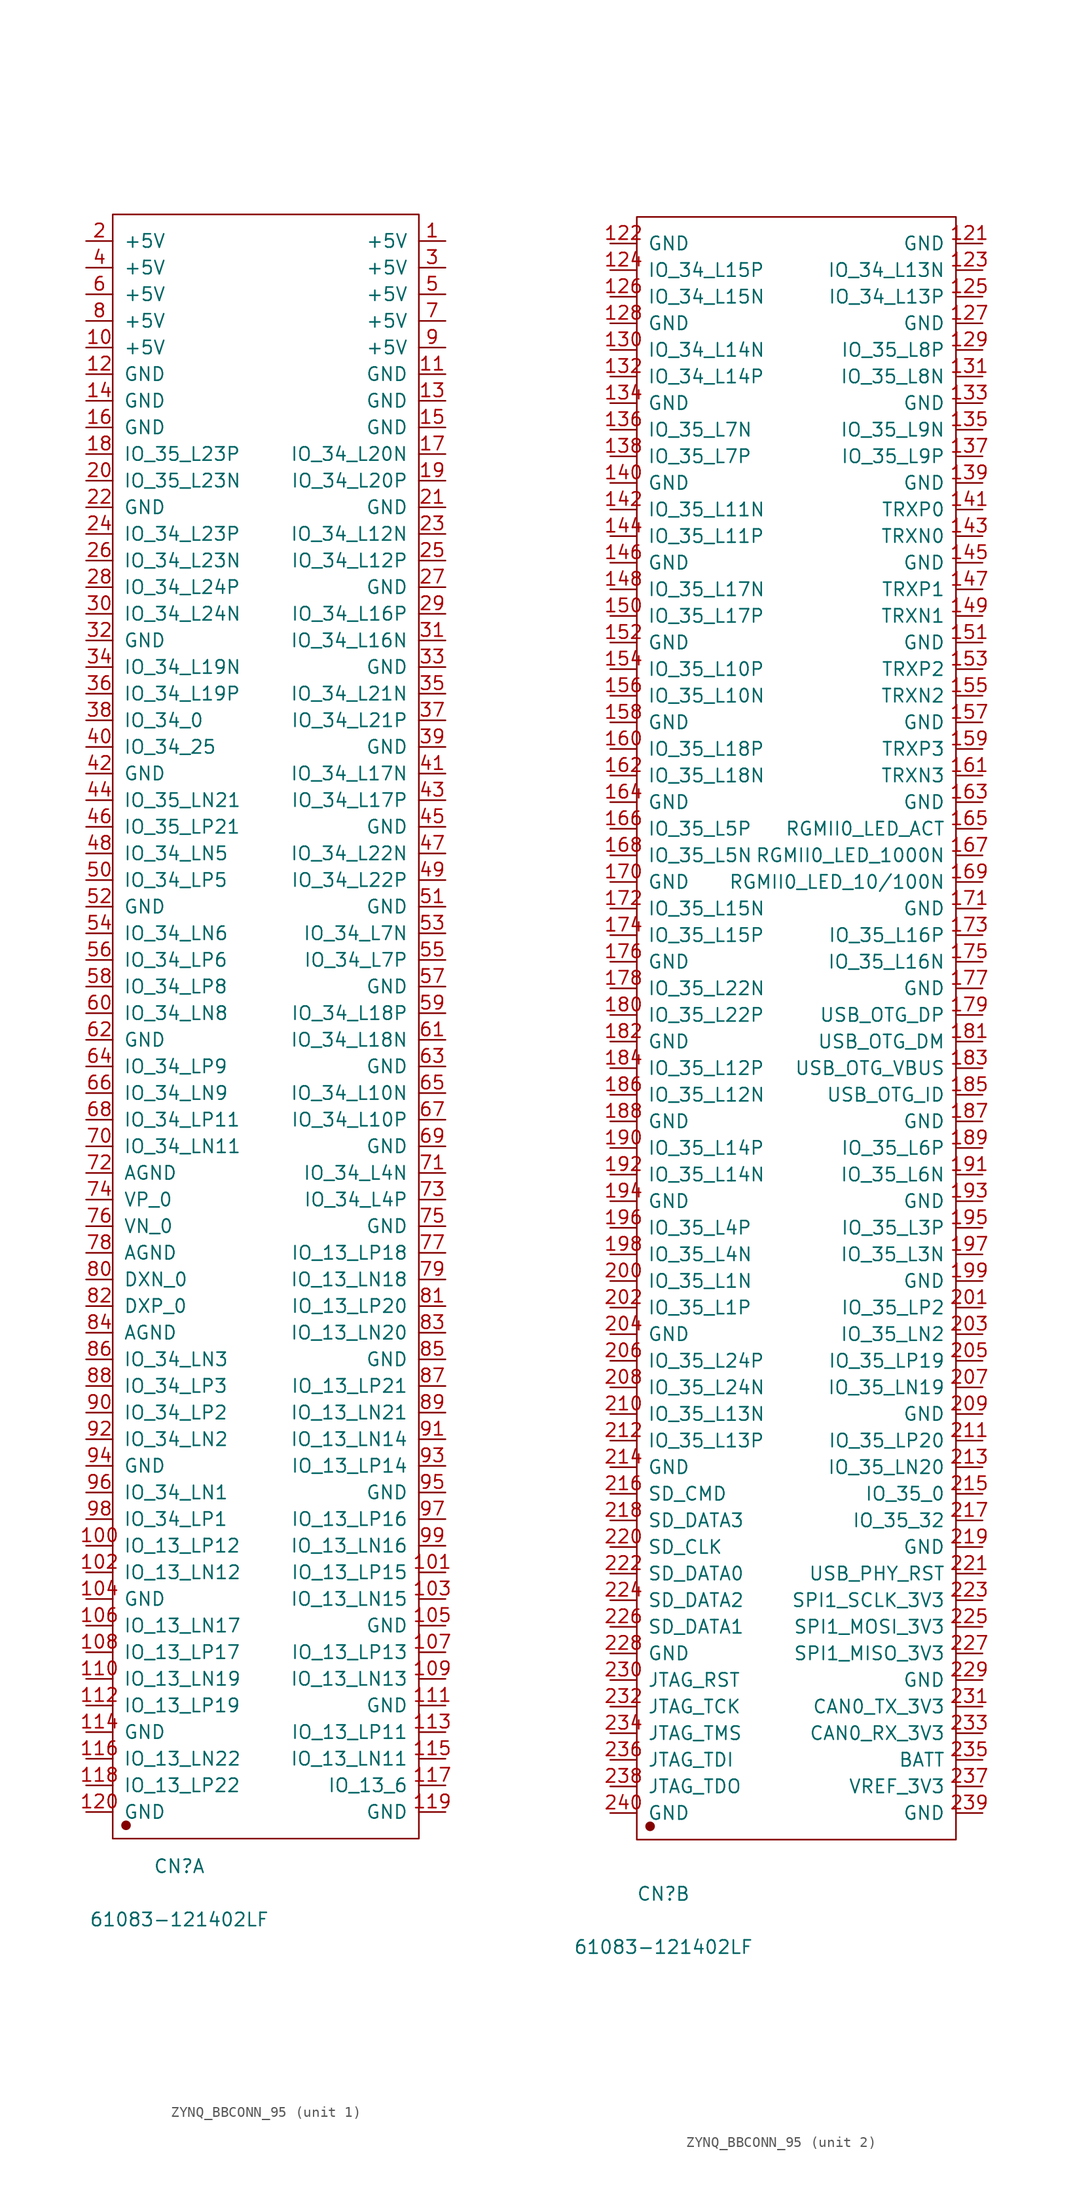
<source format=kicad_sym>
(kicad_symbol_lib
  (version 20231120)
  (generator "kicad_symbol_editor")
  (generator_version "8.0")
  (symbol "ZYNQ_BBCONN_95"
    (pin_names
      (offset 1.016))
    (property "Reference" "CN"
      (at 0 -71.222 0)
      (effects (font (size 1.27 1.27))))
    (property "Value" "61083-121402LF"
      (at 0 -76.302 0)
      (effects (font (size 1.27 1.27))))
    (symbol "ZYNQ_BBCONN_95_1_1"
      (rectangle (start -6.35 86.36) (end 22.86 -68.58) (stroke (width 0.152) (type solid)) (fill (type none)))
      (circle (center -5.08 -67.31) (radius 0.381) (stroke (width 0.152) (type solid)) (fill (type outline)))
      (pin input line (at 25.4 83.82 180) (length 2.54) (name "+5V" (effects (font (size 1.27 1.27)))) (number "1" (effects (font (size 1.27 1.27)))))
      (pin input line (at -8.89 73.66 0) (length 2.54) (name "+5V" (effects (font (size 1.27 1.27)))) (number "10" (effects (font (size 1.27 1.27)))))
      (pin input line (at -8.89 -40.64 0) (length 2.54) (name "IO_13_LP12" (effects (font (size 1.27 1.27)))) (number "100" (effects (font (size 1.27 1.27)))))
      (pin input line (at 25.4 -43.18 180) (length 2.54) (name "IO_13_LP15" (effects (font (size 1.27 1.27)))) (number "101" (effects (font (size 1.27 1.27)))))
      (pin input line (at -8.89 -43.18 0) (length 2.54) (name "IO_13_LN12" (effects (font (size 1.27 1.27)))) (number "102" (effects (font (size 1.27 1.27)))))
      (pin input line (at 25.4 -45.72 180) (length 2.54) (name "IO_13_LN15" (effects (font (size 1.27 1.27)))) (number "103" (effects (font (size 1.27 1.27)))))
      (pin input line (at -8.89 -45.72 0) (length 2.54) (name "GND" (effects (font (size 1.27 1.27)))) (number "104" (effects (font (size 1.27 1.27)))))
      (pin input line (at 25.4 -48.26 180) (length 2.54) (name "GND" (effects (font (size 1.27 1.27)))) (number "105" (effects (font (size 1.27 1.27)))))
      (pin input line (at -8.89 -48.26 0) (length 2.54) (name "IO_13_LN17" (effects (font (size 1.27 1.27)))) (number "106" (effects (font (size 1.27 1.27)))))
      (pin input line (at 25.4 -50.8 180) (length 2.54) (name "IO_13_LP13" (effects (font (size 1.27 1.27)))) (number "107" (effects (font (size 1.27 1.27)))))
      (pin input line (at -8.89 -50.8 0) (length 2.54) (name "IO_13_LP17" (effects (font (size 1.27 1.27)))) (number "108" (effects (font (size 1.27 1.27)))))
      (pin input line (at 25.4 -53.34 180) (length 2.54) (name "IO_13_LN13" (effects (font (size 1.27 1.27)))) (number "109" (effects (font (size 1.27 1.27)))))
      (pin input line (at 25.4 71.12 180) (length 2.54) (name "GND" (effects (font (size 1.27 1.27)))) (number "11" (effects (font (size 1.27 1.27)))))
      (pin input line (at -8.89 -53.34 0) (length 2.54) (name "IO_13_LN19" (effects (font (size 1.27 1.27)))) (number "110" (effects (font (size 1.27 1.27)))))
      (pin input line (at 25.4 -55.88 180) (length 2.54) (name "GND" (effects (font (size 1.27 1.27)))) (number "111" (effects (font (size 1.27 1.27)))))
      (pin input line (at -8.89 -55.88 0) (length 2.54) (name "IO_13_LP19" (effects (font (size 1.27 1.27)))) (number "112" (effects (font (size 1.27 1.27)))))
      (pin input line (at 25.4 -58.42 180) (length 2.54) (name "IO_13_LP11" (effects (font (size 1.27 1.27)))) (number "113" (effects (font (size 1.27 1.27)))))
      (pin input line (at -8.89 -58.42 0) (length 2.54) (name "GND" (effects (font (size 1.27 1.27)))) (number "114" (effects (font (size 1.27 1.27)))))
      (pin input line (at 25.4 -60.96 180) (length 2.54) (name "IO_13_LN11" (effects (font (size 1.27 1.27)))) (number "115" (effects (font (size 1.27 1.27)))))
      (pin input line (at -8.89 -60.96 0) (length 2.54) (name "IO_13_LN22" (effects (font (size 1.27 1.27)))) (number "116" (effects (font (size 1.27 1.27)))))
      (pin input line (at 25.4 -63.5 180) (length 2.54) (name "IO_13_6" (effects (font (size 1.27 1.27)))) (number "117" (effects (font (size 1.27 1.27)))))
      (pin input line (at -8.89 -63.5 0) (length 2.54) (name "IO_13_LP22" (effects (font (size 1.27 1.27)))) (number "118" (effects (font (size 1.27 1.27)))))
      (pin input line (at 25.4 -66.04 180) (length 2.54) (name "GND" (effects (font (size 1.27 1.27)))) (number "119" (effects (font (size 1.27 1.27)))))
      (pin input line (at -8.89 71.12 0) (length 2.54) (name "GND" (effects (font (size 1.27 1.27)))) (number "12" (effects (font (size 1.27 1.27)))))
      (pin input line (at -8.89 -66.04 0) (length 2.54) (name "GND" (effects (font (size 1.27 1.27)))) (number "120" (effects (font (size 1.27 1.27)))))
      (pin input line (at 25.4 68.58 180) (length 2.54) (name "GND" (effects (font (size 1.27 1.27)))) (number "13" (effects (font (size 1.27 1.27)))))
      (pin input line (at -8.89 68.58 0) (length 2.54) (name "GND" (effects (font (size 1.27 1.27)))) (number "14" (effects (font (size 1.27 1.27)))))
      (pin input line (at 25.4 66.04 180) (length 2.54) (name "GND" (effects (font (size 1.27 1.27)))) (number "15" (effects (font (size 1.27 1.27)))))
      (pin input line (at -8.89 66.04 0) (length 2.54) (name "GND" (effects (font (size 1.27 1.27)))) (number "16" (effects (font (size 1.27 1.27)))))
      (pin input line (at 25.4 63.5 180) (length 2.54) (name "IO_34_L20N" (effects (font (size 1.27 1.27)))) (number "17" (effects (font (size 1.27 1.27)))))
      (pin input line (at -8.89 63.5 0) (length 2.54) (name "IO_35_L23P" (effects (font (size 1.27 1.27)))) (number "18" (effects (font (size 1.27 1.27)))))
      (pin input line (at 25.4 60.96 180) (length 2.54) (name "IO_34_L20P" (effects (font (size 1.27 1.27)))) (number "19" (effects (font (size 1.27 1.27)))))
      (pin input line (at -8.89 83.82 0) (length 2.54) (name "+5V" (effects (font (size 1.27 1.27)))) (number "2" (effects (font (size 1.27 1.27)))))
      (pin input line (at -8.89 60.96 0) (length 2.54) (name "IO_35_L23N" (effects (font (size 1.27 1.27)))) (number "20" (effects (font (size 1.27 1.27)))))
      (pin input line (at 25.4 58.42 180) (length 2.54) (name "GND" (effects (font (size 1.27 1.27)))) (number "21" (effects (font (size 1.27 1.27)))))
      (pin input line (at -8.89 58.42 0) (length 2.54) (name "GND" (effects (font (size 1.27 1.27)))) (number "22" (effects (font (size 1.27 1.27)))))
      (pin input line (at 25.4 55.88 180) (length 2.54) (name "IO_34_L12N" (effects (font (size 1.27 1.27)))) (number "23" (effects (font (size 1.27 1.27)))))
      (pin input line (at -8.89 55.88 0) (length 2.54) (name "IO_34_L23P" (effects (font (size 1.27 1.27)))) (number "24" (effects (font (size 1.27 1.27)))))
      (pin input line (at 25.4 53.34 180) (length 2.54) (name "IO_34_L12P" (effects (font (size 1.27 1.27)))) (number "25" (effects (font (size 1.27 1.27)))))
      (pin input line (at -8.89 53.34 0) (length 2.54) (name "IO_34_L23N" (effects (font (size 1.27 1.27)))) (number "26" (effects (font (size 1.27 1.27)))))
      (pin input line (at 25.4 50.8 180) (length 2.54) (name "GND" (effects (font (size 1.27 1.27)))) (number "27" (effects (font (size 1.27 1.27)))))
      (pin input line (at -8.89 50.8 0) (length 2.54) (name "IO_34_L24P" (effects (font (size 1.27 1.27)))) (number "28" (effects (font (size 1.27 1.27)))))
      (pin input line (at 25.4 48.26 180) (length 2.54) (name "IO_34_L16P" (effects (font (size 1.27 1.27)))) (number "29" (effects (font (size 1.27 1.27)))))
      (pin input line (at 25.4 81.28 180) (length 2.54) (name "+5V" (effects (font (size 1.27 1.27)))) (number "3" (effects (font (size 1.27 1.27)))))
      (pin input line (at -8.89 48.26 0) (length 2.54) (name "IO_34_L24N" (effects (font (size 1.27 1.27)))) (number "30" (effects (font (size 1.27 1.27)))))
      (pin input line (at 25.4 45.72 180) (length 2.54) (name "IO_34_L16N" (effects (font (size 1.27 1.27)))) (number "31" (effects (font (size 1.27 1.27)))))
      (pin input line (at -8.89 45.72 0) (length 2.54) (name "GND" (effects (font (size 1.27 1.27)))) (number "32" (effects (font (size 1.27 1.27)))))
      (pin input line (at 25.4 43.18 180) (length 2.54) (name "GND" (effects (font (size 1.27 1.27)))) (number "33" (effects (font (size 1.27 1.27)))))
      (pin input line (at -8.89 43.18 0) (length 2.54) (name "IO_34_L19N" (effects (font (size 1.27 1.27)))) (number "34" (effects (font (size 1.27 1.27)))))
      (pin input line (at 25.4 40.64 180) (length 2.54) (name "IO_34_L21N" (effects (font (size 1.27 1.27)))) (number "35" (effects (font (size 1.27 1.27)))))
      (pin input line (at -8.89 40.64 0) (length 2.54) (name "IO_34_L19P" (effects (font (size 1.27 1.27)))) (number "36" (effects (font (size 1.27 1.27)))))
      (pin input line (at 25.4 38.1 180) (length 2.54) (name "IO_34_L21P" (effects (font (size 1.27 1.27)))) (number "37" (effects (font (size 1.27 1.27)))))
      (pin input line (at -8.89 38.1 0) (length 2.54) (name "IO_34_0" (effects (font (size 1.27 1.27)))) (number "38" (effects (font (size 1.27 1.27)))))
      (pin input line (at 25.4 35.56 180) (length 2.54) (name "GND" (effects (font (size 1.27 1.27)))) (number "39" (effects (font (size 1.27 1.27)))))
      (pin input line (at -8.89 81.28 0) (length 2.54) (name "+5V" (effects (font (size 1.27 1.27)))) (number "4" (effects (font (size 1.27 1.27)))))
      (pin input line (at -8.89 35.56 0) (length 2.54) (name "IO_34_25" (effects (font (size 1.27 1.27)))) (number "40" (effects (font (size 1.27 1.27)))))
      (pin input line (at 25.4 33.02 180) (length 2.54) (name "IO_34_L17N" (effects (font (size 1.27 1.27)))) (number "41" (effects (font (size 1.27 1.27)))))
      (pin input line (at -8.89 33.02 0) (length 2.54) (name "GND" (effects (font (size 1.27 1.27)))) (number "42" (effects (font (size 1.27 1.27)))))
      (pin input line (at 25.4 30.48 180) (length 2.54) (name "IO_34_L17P" (effects (font (size 1.27 1.27)))) (number "43" (effects (font (size 1.27 1.27)))))
      (pin input line (at -8.89 30.48 0) (length 2.54) (name "IO_35_LN21" (effects (font (size 1.27 1.27)))) (number "44" (effects (font (size 1.27 1.27)))))
      (pin input line (at 25.4 27.94 180) (length 2.54) (name "GND" (effects (font (size 1.27 1.27)))) (number "45" (effects (font (size 1.27 1.27)))))
      (pin input line (at -8.89 27.94 0) (length 2.54) (name "IO_35_LP21" (effects (font (size 1.27 1.27)))) (number "46" (effects (font (size 1.27 1.27)))))
      (pin input line (at 25.4 25.4 180) (length 2.54) (name "IO_34_L22N" (effects (font (size 1.27 1.27)))) (number "47" (effects (font (size 1.27 1.27)))))
      (pin input line (at -8.89 25.4 0) (length 2.54) (name "IO_34_LN5" (effects (font (size 1.27 1.27)))) (number "48" (effects (font (size 1.27 1.27)))))
      (pin input line (at 25.4 22.86 180) (length 2.54) (name "IO_34_L22P" (effects (font (size 1.27 1.27)))) (number "49" (effects (font (size 1.27 1.27)))))
      (pin input line (at 25.4 78.74 180) (length 2.54) (name "+5V" (effects (font (size 1.27 1.27)))) (number "5" (effects (font (size 1.27 1.27)))))
      (pin input line (at -8.89 22.86 0) (length 2.54) (name "IO_34_LP5" (effects (font (size 1.27 1.27)))) (number "50" (effects (font (size 1.27 1.27)))))
      (pin input line (at 25.4 20.32 180) (length 2.54) (name "GND" (effects (font (size 1.27 1.27)))) (number "51" (effects (font (size 1.27 1.27)))))
      (pin input line (at -8.89 20.32 0) (length 2.54) (name "GND" (effects (font (size 1.27 1.27)))) (number "52" (effects (font (size 1.27 1.27)))))
      (pin input line (at 25.4 17.78 180) (length 2.54) (name "IO_34_L7N" (effects (font (size 1.27 1.27)))) (number "53" (effects (font (size 1.27 1.27)))))
      (pin input line (at -8.89 17.78 0) (length 2.54) (name "IO_34_LN6" (effects (font (size 1.27 1.27)))) (number "54" (effects (font (size 1.27 1.27)))))
      (pin input line (at 25.4 15.24 180) (length 2.54) (name "IO_34_L7P" (effects (font (size 1.27 1.27)))) (number "55" (effects (font (size 1.27 1.27)))))
      (pin input line (at -8.89 15.24 0) (length 2.54) (name "IO_34_LP6" (effects (font (size 1.27 1.27)))) (number "56" (effects (font (size 1.27 1.27)))))
      (pin input line (at 25.4 12.7 180) (length 2.54) (name "GND" (effects (font (size 1.27 1.27)))) (number "57" (effects (font (size 1.27 1.27)))))
      (pin input line (at -8.89 12.7 0) (length 2.54) (name "IO_34_LP8" (effects (font (size 1.27 1.27)))) (number "58" (effects (font (size 1.27 1.27)))))
      (pin input line (at 25.4 10.16 180) (length 2.54) (name "IO_34_L18P" (effects (font (size 1.27 1.27)))) (number "59" (effects (font (size 1.27 1.27)))))
      (pin input line (at -8.89 78.74 0) (length 2.54) (name "+5V" (effects (font (size 1.27 1.27)))) (number "6" (effects (font (size 1.27 1.27)))))
      (pin input line (at -8.89 10.16 0) (length 2.54) (name "IO_34_LN8" (effects (font (size 1.27 1.27)))) (number "60" (effects (font (size 1.27 1.27)))))
      (pin input line (at 25.4 7.62 180) (length 2.54) (name "IO_34_L18N" (effects (font (size 1.27 1.27)))) (number "61" (effects (font (size 1.27 1.27)))))
      (pin input line (at -8.89 7.62 0) (length 2.54) (name "GND" (effects (font (size 1.27 1.27)))) (number "62" (effects (font (size 1.27 1.27)))))
      (pin input line (at 25.4 5.08 180) (length 2.54) (name "GND" (effects (font (size 1.27 1.27)))) (number "63" (effects (font (size 1.27 1.27)))))
      (pin input line (at -8.89 5.08 0) (length 2.54) (name "IO_34_LP9" (effects (font (size 1.27 1.27)))) (number "64" (effects (font (size 1.27 1.27)))))
      (pin input line (at 25.4 2.54 180) (length 2.54) (name "IO_34_L10N" (effects (font (size 1.27 1.27)))) (number "65" (effects (font (size 1.27 1.27)))))
      (pin input line (at -8.89 2.54 0) (length 2.54) (name "IO_34_LN9" (effects (font (size 1.27 1.27)))) (number "66" (effects (font (size 1.27 1.27)))))
      (pin input line (at 25.4 0 180) (length 2.54) (name "IO_34_L10P" (effects (font (size 1.27 1.27)))) (number "67" (effects (font (size 1.27 1.27)))))
      (pin input line (at -8.89 0 0) (length 2.54) (name "IO_34_LP11" (effects (font (size 1.27 1.27)))) (number "68" (effects (font (size 1.27 1.27)))))
      (pin input line (at 25.4 -2.54 180) (length 2.54) (name "GND" (effects (font (size 1.27 1.27)))) (number "69" (effects (font (size 1.27 1.27)))))
      (pin input line (at 25.4 76.2 180) (length 2.54) (name "+5V" (effects (font (size 1.27 1.27)))) (number "7" (effects (font (size 1.27 1.27)))))
      (pin input line (at -8.89 -2.54 0) (length 2.54) (name "IO_34_LN11" (effects (font (size 1.27 1.27)))) (number "70" (effects (font (size 1.27 1.27)))))
      (pin input line (at 25.4 -5.08 180) (length 2.54) (name "IO_34_L4N" (effects (font (size 1.27 1.27)))) (number "71" (effects (font (size 1.27 1.27)))))
      (pin input line (at -8.89 -5.08 0) (length 2.54) (name "AGND" (effects (font (size 1.27 1.27)))) (number "72" (effects (font (size 1.27 1.27)))))
      (pin input line (at 25.4 -7.62 180) (length 2.54) (name "IO_34_L4P" (effects (font (size 1.27 1.27)))) (number "73" (effects (font (size 1.27 1.27)))))
      (pin input line (at -8.89 -7.62 0) (length 2.54) (name "VP_0" (effects (font (size 1.27 1.27)))) (number "74" (effects (font (size 1.27 1.27)))))
      (pin input line (at 25.4 -10.16 180) (length 2.54) (name "GND" (effects (font (size 1.27 1.27)))) (number "75" (effects (font (size 1.27 1.27)))))
      (pin input line (at -8.89 -10.16 0) (length 2.54) (name "VN_0" (effects (font (size 1.27 1.27)))) (number "76" (effects (font (size 1.27 1.27)))))
      (pin input line (at 25.4 -12.7 180) (length 2.54) (name "IO_13_LP18" (effects (font (size 1.27 1.27)))) (number "77" (effects (font (size 1.27 1.27)))))
      (pin input line (at -8.89 -12.7 0) (length 2.54) (name "AGND" (effects (font (size 1.27 1.27)))) (number "78" (effects (font (size 1.27 1.27)))))
      (pin input line (at 25.4 -15.24 180) (length 2.54) (name "IO_13_LN18" (effects (font (size 1.27 1.27)))) (number "79" (effects (font (size 1.27 1.27)))))
      (pin input line (at -8.89 76.2 0) (length 2.54) (name "+5V" (effects (font (size 1.27 1.27)))) (number "8" (effects (font (size 1.27 1.27)))))
      (pin input line (at -8.89 -15.24 0) (length 2.54) (name "DXN_0" (effects (font (size 1.27 1.27)))) (number "80" (effects (font (size 1.27 1.27)))))
      (pin input line (at 25.4 -17.78 180) (length 2.54) (name "IO_13_LP20" (effects (font (size 1.27 1.27)))) (number "81" (effects (font (size 1.27 1.27)))))
      (pin input line (at -8.89 -17.78 0) (length 2.54) (name "DXP_0" (effects (font (size 1.27 1.27)))) (number "82" (effects (font (size 1.27 1.27)))))
      (pin input line (at 25.4 -20.32 180) (length 2.54) (name "IO_13_LN20" (effects (font (size 1.27 1.27)))) (number "83" (effects (font (size 1.27 1.27)))))
      (pin input line (at -8.89 -20.32 0) (length 2.54) (name "AGND" (effects (font (size 1.27 1.27)))) (number "84" (effects (font (size 1.27 1.27)))))
      (pin input line (at 25.4 -22.86 180) (length 2.54) (name "GND" (effects (font (size 1.27 1.27)))) (number "85" (effects (font (size 1.27 1.27)))))
      (pin input line (at -8.89 -22.86 0) (length 2.54) (name "IO_34_LN3" (effects (font (size 1.27 1.27)))) (number "86" (effects (font (size 1.27 1.27)))))
      (pin input line (at 25.4 -25.4 180) (length 2.54) (name "IO_13_LP21" (effects (font (size 1.27 1.27)))) (number "87" (effects (font (size 1.27 1.27)))))
      (pin input line (at -8.89 -25.4 0) (length 2.54) (name "IO_34_LP3" (effects (font (size 1.27 1.27)))) (number "88" (effects (font (size 1.27 1.27)))))
      (pin input line (at 25.4 -27.94 180) (length 2.54) (name "IO_13_LN21" (effects (font (size 1.27 1.27)))) (number "89" (effects (font (size 1.27 1.27)))))
      (pin input line (at 25.4 73.66 180) (length 2.54) (name "+5V" (effects (font (size 1.27 1.27)))) (number "9" (effects (font (size 1.27 1.27)))))
      (pin input line (at -8.89 -27.94 0) (length 2.54) (name "IO_34_LP2" (effects (font (size 1.27 1.27)))) (number "90" (effects (font (size 1.27 1.27)))))
      (pin input line (at 25.4 -30.48 180) (length 2.54) (name "IO_13_LN14" (effects (font (size 1.27 1.27)))) (number "91" (effects (font (size 1.27 1.27)))))
      (pin input line (at -8.89 -30.48 0) (length 2.54) (name "IO_34_LN2" (effects (font (size 1.27 1.27)))) (number "92" (effects (font (size 1.27 1.27)))))
      (pin input line (at 25.4 -33.02 180) (length 2.54) (name "IO_13_LP14" (effects (font (size 1.27 1.27)))) (number "93" (effects (font (size 1.27 1.27)))))
      (pin input line (at -8.89 -33.02 0) (length 2.54) (name "GND" (effects (font (size 1.27 1.27)))) (number "94" (effects (font (size 1.27 1.27)))))
      (pin input line (at 25.4 -35.56 180) (length 2.54) (name "GND" (effects (font (size 1.27 1.27)))) (number "95" (effects (font (size 1.27 1.27)))))
      (pin input line (at -8.89 -35.56 0) (length 2.54) (name "IO_34_LN1" (effects (font (size 1.27 1.27)))) (number "96" (effects (font (size 1.27 1.27)))))
      (pin input line (at 25.4 -38.1 180) (length 2.54) (name "IO_13_LP16" (effects (font (size 1.27 1.27)))) (number "97" (effects (font (size 1.27 1.27)))))
      (pin input line (at -8.89 -38.1 0) (length 2.54) (name "IO_34_LP1" (effects (font (size 1.27 1.27)))) (number "98" (effects (font (size 1.27 1.27)))))
      (pin input line (at 25.4 -40.64 180) (length 2.54) (name "IO_13_LN16" (effects (font (size 1.27 1.27)))) (number "99" (effects (font (size 1.27 1.27))))))
    (symbol "ZYNQ_BBCONN_95_2_1"
      (rectangle (start -2.54 88.9) (end 27.94 -66.04) (stroke (width 0.152) (type solid)) (fill (type none)))
      (circle (center -1.27 -64.77) (radius 0.381) (stroke (width 0.152) (type solid)) (fill (type outline)))
      (pin input line (at 30.48 86.36 180) (length 2.54) (name "GND" (effects (font (size 1.27 1.27)))) (number "121" (effects (font (size 1.27 1.27)))))
      (pin input line (at -5.08 86.36 0) (length 2.54) (name "GND" (effects (font (size 1.27 1.27)))) (number "122" (effects (font (size 1.27 1.27)))))
      (pin input line (at 30.48 83.82 180) (length 2.54) (name "IO_34_L13N" (effects (font (size 1.27 1.27)))) (number "123" (effects (font (size 1.27 1.27)))))
      (pin input line (at -5.08 83.82 0) (length 2.54) (name "IO_34_L15P" (effects (font (size 1.27 1.27)))) (number "124" (effects (font (size 1.27 1.27)))))
      (pin input line (at 30.48 81.28 180) (length 2.54) (name "IO_34_L13P" (effects (font (size 1.27 1.27)))) (number "125" (effects (font (size 1.27 1.27)))))
      (pin input line (at -5.08 81.28 0) (length 2.54) (name "IO_34_L15N" (effects (font (size 1.27 1.27)))) (number "126" (effects (font (size 1.27 1.27)))))
      (pin input line (at 30.48 78.74 180) (length 2.54) (name "GND" (effects (font (size 1.27 1.27)))) (number "127" (effects (font (size 1.27 1.27)))))
      (pin input line (at -5.08 78.74 0) (length 2.54) (name "GND" (effects (font (size 1.27 1.27)))) (number "128" (effects (font (size 1.27 1.27)))))
      (pin input line (at 30.48 76.2 180) (length 2.54) (name "IO_35_L8P" (effects (font (size 1.27 1.27)))) (number "129" (effects (font (size 1.27 1.27)))))
      (pin input line (at -5.08 76.2 0) (length 2.54) (name "IO_34_L14N" (effects (font (size 1.27 1.27)))) (number "130" (effects (font (size 1.27 1.27)))))
      (pin input line (at 30.48 73.66 180) (length 2.54) (name "IO_35_L8N" (effects (font (size 1.27 1.27)))) (number "131" (effects (font (size 1.27 1.27)))))
      (pin input line (at -5.08 73.66 0) (length 2.54) (name "IO_34_L14P" (effects (font (size 1.27 1.27)))) (number "132" (effects (font (size 1.27 1.27)))))
      (pin input line (at 30.48 71.12 180) (length 2.54) (name "GND" (effects (font (size 1.27 1.27)))) (number "133" (effects (font (size 1.27 1.27)))))
      (pin input line (at -5.08 71.12 0) (length 2.54) (name "GND" (effects (font (size 1.27 1.27)))) (number "134" (effects (font (size 1.27 1.27)))))
      (pin input line (at 30.48 68.58 180) (length 2.54) (name "IO_35_L9N" (effects (font (size 1.27 1.27)))) (number "135" (effects (font (size 1.27 1.27)))))
      (pin input line (at -5.08 68.58 0) (length 2.54) (name "IO_35_L7N" (effects (font (size 1.27 1.27)))) (number "136" (effects (font (size 1.27 1.27)))))
      (pin input line (at 30.48 66.04 180) (length 2.54) (name "IO_35_L9P" (effects (font (size 1.27 1.27)))) (number "137" (effects (font (size 1.27 1.27)))))
      (pin input line (at -5.08 66.04 0) (length 2.54) (name "IO_35_L7P" (effects (font (size 1.27 1.27)))) (number "138" (effects (font (size 1.27 1.27)))))
      (pin input line (at 30.48 63.5 180) (length 2.54) (name "GND" (effects (font (size 1.27 1.27)))) (number "139" (effects (font (size 1.27 1.27)))))
      (pin input line (at -5.08 63.5 0) (length 2.54) (name "GND" (effects (font (size 1.27 1.27)))) (number "140" (effects (font (size 1.27 1.27)))))
      (pin input line (at 30.48 60.96 180) (length 2.54) (name "TRXP0" (effects (font (size 1.27 1.27)))) (number "141" (effects (font (size 1.27 1.27)))))
      (pin input line (at -5.08 60.96 0) (length 2.54) (name "IO_35_L11N" (effects (font (size 1.27 1.27)))) (number "142" (effects (font (size 1.27 1.27)))))
      (pin input line (at 30.48 58.42 180) (length 2.54) (name "TRXN0" (effects (font (size 1.27 1.27)))) (number "143" (effects (font (size 1.27 1.27)))))
      (pin input line (at -5.08 58.42 0) (length 2.54) (name "IO_35_L11P" (effects (font (size 1.27 1.27)))) (number "144" (effects (font (size 1.27 1.27)))))
      (pin input line (at 30.48 55.88 180) (length 2.54) (name "GND" (effects (font (size 1.27 1.27)))) (number "145" (effects (font (size 1.27 1.27)))))
      (pin input line (at -5.08 55.88 0) (length 2.54) (name "GND" (effects (font (size 1.27 1.27)))) (number "146" (effects (font (size 1.27 1.27)))))
      (pin input line (at 30.48 53.34 180) (length 2.54) (name "TRXP1" (effects (font (size 1.27 1.27)))) (number "147" (effects (font (size 1.27 1.27)))))
      (pin input line (at -5.08 53.34 0) (length 2.54) (name "IO_35_L17N" (effects (font (size 1.27 1.27)))) (number "148" (effects (font (size 1.27 1.27)))))
      (pin input line (at 30.48 50.8 180) (length 2.54) (name "TRXN1" (effects (font (size 1.27 1.27)))) (number "149" (effects (font (size 1.27 1.27)))))
      (pin input line (at -5.08 50.8 0) (length 2.54) (name "IO_35_L17P" (effects (font (size 1.27 1.27)))) (number "150" (effects (font (size 1.27 1.27)))))
      (pin input line (at 30.48 48.26 180) (length 2.54) (name "GND" (effects (font (size 1.27 1.27)))) (number "151" (effects (font (size 1.27 1.27)))))
      (pin input line (at -5.08 48.26 0) (length 2.54) (name "GND" (effects (font (size 1.27 1.27)))) (number "152" (effects (font (size 1.27 1.27)))))
      (pin input line (at 30.48 45.72 180) (length 2.54) (name "TRXP2" (effects (font (size 1.27 1.27)))) (number "153" (effects (font (size 1.27 1.27)))))
      (pin input line (at -5.08 45.72 0) (length 2.54) (name "IO_35_L10P" (effects (font (size 1.27 1.27)))) (number "154" (effects (font (size 1.27 1.27)))))
      (pin input line (at 30.48 43.18 180) (length 2.54) (name "TRXN2" (effects (font (size 1.27 1.27)))) (number "155" (effects (font (size 1.27 1.27)))))
      (pin input line (at -5.08 43.18 0) (length 2.54) (name "IO_35_L10N" (effects (font (size 1.27 1.27)))) (number "156" (effects (font (size 1.27 1.27)))))
      (pin input line (at 30.48 40.64 180) (length 2.54) (name "GND" (effects (font (size 1.27 1.27)))) (number "157" (effects (font (size 1.27 1.27)))))
      (pin input line (at -5.08 40.64 0) (length 2.54) (name "GND" (effects (font (size 1.27 1.27)))) (number "158" (effects (font (size 1.27 1.27)))))
      (pin input line (at 30.48 38.1 180) (length 2.54) (name "TRXP3" (effects (font (size 1.27 1.27)))) (number "159" (effects (font (size 1.27 1.27)))))
      (pin input line (at -5.08 38.1 0) (length 2.54) (name "IO_35_L18P" (effects (font (size 1.27 1.27)))) (number "160" (effects (font (size 1.27 1.27)))))
      (pin input line (at 30.48 35.56 180) (length 2.54) (name "TRXN3" (effects (font (size 1.27 1.27)))) (number "161" (effects (font (size 1.27 1.27)))))
      (pin input line (at -5.08 35.56 0) (length 2.54) (name "IO_35_L18N" (effects (font (size 1.27 1.27)))) (number "162" (effects (font (size 1.27 1.27)))))
      (pin input line (at 30.48 33.02 180) (length 2.54) (name "GND" (effects (font (size 1.27 1.27)))) (number "163" (effects (font (size 1.27 1.27)))))
      (pin input line (at -5.08 33.02 0) (length 2.54) (name "GND" (effects (font (size 1.27 1.27)))) (number "164" (effects (font (size 1.27 1.27)))))
      (pin input line (at 30.48 30.48 180) (length 2.54) (name "RGMII0_LED_ACT" (effects (font (size 1.27 1.27)))) (number "165" (effects (font (size 1.27 1.27)))))
      (pin input line (at -5.08 30.48 0) (length 2.54) (name "IO_35_L5P" (effects (font (size 1.27 1.27)))) (number "166" (effects (font (size 1.27 1.27)))))
      (pin input line (at 30.48 27.94 180) (length 2.54) (name "RGMII0_LED_1000N" (effects (font (size 1.27 1.27)))) (number "167" (effects (font (size 1.27 1.27)))))
      (pin input line (at -5.08 27.94 0) (length 2.54) (name "IO_35_L5N" (effects (font (size 1.27 1.27)))) (number "168" (effects (font (size 1.27 1.27)))))
      (pin input line (at 30.48 25.4 180) (length 2.54) (name "RGMII0_LED_10/100N" (effects (font (size 1.27 1.27)))) (number "169" (effects (font (size 1.27 1.27)))))
      (pin input line (at -5.08 25.4 0) (length 2.54) (name "GND" (effects (font (size 1.27 1.27)))) (number "170" (effects (font (size 1.27 1.27)))))
      (pin input line (at 30.48 22.86 180) (length 2.54) (name "GND" (effects (font (size 1.27 1.27)))) (number "171" (effects (font (size 1.27 1.27)))))
      (pin input line (at -5.08 22.86 0) (length 2.54) (name "IO_35_L15N" (effects (font (size 1.27 1.27)))) (number "172" (effects (font (size 1.27 1.27)))))
      (pin input line (at 30.48 20.32 180) (length 2.54) (name "IO_35_L16P" (effects (font (size 1.27 1.27)))) (number "173" (effects (font (size 1.27 1.27)))))
      (pin input line (at -5.08 20.32 0) (length 2.54) (name "IO_35_L15P" (effects (font (size 1.27 1.27)))) (number "174" (effects (font (size 1.27 1.27)))))
      (pin input line (at 30.48 17.78 180) (length 2.54) (name "IO_35_L16N" (effects (font (size 1.27 1.27)))) (number "175" (effects (font (size 1.27 1.27)))))
      (pin input line (at -5.08 17.78 0) (length 2.54) (name "GND" (effects (font (size 1.27 1.27)))) (number "176" (effects (font (size 1.27 1.27)))))
      (pin input line (at 30.48 15.24 180) (length 2.54) (name "GND" (effects (font (size 1.27 1.27)))) (number "177" (effects (font (size 1.27 1.27)))))
      (pin input line (at -5.08 15.24 0) (length 2.54) (name "IO_35_L22N" (effects (font (size 1.27 1.27)))) (number "178" (effects (font (size 1.27 1.27)))))
      (pin input line (at 30.48 12.7 180) (length 2.54) (name "USB_OTG_DP" (effects (font (size 1.27 1.27)))) (number "179" (effects (font (size 1.27 1.27)))))
      (pin input line (at -5.08 12.7 0) (length 2.54) (name "IO_35_L22P" (effects (font (size 1.27 1.27)))) (number "180" (effects (font (size 1.27 1.27)))))
      (pin input line (at 30.48 10.16 180) (length 2.54) (name "USB_OTG_DM" (effects (font (size 1.27 1.27)))) (number "181" (effects (font (size 1.27 1.27)))))
      (pin input line (at -5.08 10.16 0) (length 2.54) (name "GND" (effects (font (size 1.27 1.27)))) (number "182" (effects (font (size 1.27 1.27)))))
      (pin input line (at 30.48 7.62 180) (length 2.54) (name "USB_OTG_VBUS" (effects (font (size 1.27 1.27)))) (number "183" (effects (font (size 1.27 1.27)))))
      (pin input line (at -5.08 7.62 0) (length 2.54) (name "IO_35_L12P" (effects (font (size 1.27 1.27)))) (number "184" (effects (font (size 1.27 1.27)))))
      (pin input line (at 30.48 5.08 180) (length 2.54) (name "USB_OTG_ID" (effects (font (size 1.27 1.27)))) (number "185" (effects (font (size 1.27 1.27)))))
      (pin input line (at -5.08 5.08 0) (length 2.54) (name "IO_35_L12N" (effects (font (size 1.27 1.27)))) (number "186" (effects (font (size 1.27 1.27)))))
      (pin input line (at 30.48 2.54 180) (length 2.54) (name "GND" (effects (font (size 1.27 1.27)))) (number "187" (effects (font (size 1.27 1.27)))))
      (pin input line (at -5.08 2.54 0) (length 2.54) (name "GND" (effects (font (size 1.27 1.27)))) (number "188" (effects (font (size 1.27 1.27)))))
      (pin input line (at 30.48 0 180) (length 2.54) (name "IO_35_L6P" (effects (font (size 1.27 1.27)))) (number "189" (effects (font (size 1.27 1.27)))))
      (pin input line (at -5.08 0 0) (length 2.54) (name "IO_35_L14P" (effects (font (size 1.27 1.27)))) (number "190" (effects (font (size 1.27 1.27)))))
      (pin input line (at 30.48 -2.54 180) (length 2.54) (name "IO_35_L6N" (effects (font (size 1.27 1.27)))) (number "191" (effects (font (size 1.27 1.27)))))
      (pin input line (at -5.08 -2.54 0) (length 2.54) (name "IO_35_L14N" (effects (font (size 1.27 1.27)))) (number "192" (effects (font (size 1.27 1.27)))))
      (pin input line (at 30.48 -5.08 180) (length 2.54) (name "GND" (effects (font (size 1.27 1.27)))) (number "193" (effects (font (size 1.27 1.27)))))
      (pin input line (at -5.08 -5.08 0) (length 2.54) (name "GND" (effects (font (size 1.27 1.27)))) (number "194" (effects (font (size 1.27 1.27)))))
      (pin input line (at 30.48 -7.62 180) (length 2.54) (name "IO_35_L3P" (effects (font (size 1.27 1.27)))) (number "195" (effects (font (size 1.27 1.27)))))
      (pin input line (at -5.08 -7.62 0) (length 2.54) (name "IO_35_L4P" (effects (font (size 1.27 1.27)))) (number "196" (effects (font (size 1.27 1.27)))))
      (pin input line (at 30.48 -10.16 180) (length 2.54) (name "IO_35_L3N" (effects (font (size 1.27 1.27)))) (number "197" (effects (font (size 1.27 1.27)))))
      (pin input line (at -5.08 -10.16 0) (length 2.54) (name "IO_35_L4N" (effects (font (size 1.27 1.27)))) (number "198" (effects (font (size 1.27 1.27)))))
      (pin input line (at 30.48 -12.7 180) (length 2.54) (name "GND" (effects (font (size 1.27 1.27)))) (number "199" (effects (font (size 1.27 1.27)))))
      (pin input line (at -5.08 -12.7 0) (length 2.54) (name "IO_35_L1N" (effects (font (size 1.27 1.27)))) (number "200" (effects (font (size 1.27 1.27)))))
      (pin input line (at 30.48 -15.24 180) (length 2.54) (name "IO_35_LP2" (effects (font (size 1.27 1.27)))) (number "201" (effects (font (size 1.27 1.27)))))
      (pin input line (at -5.08 -15.24 0) (length 2.54) (name "IO_35_L1P" (effects (font (size 1.27 1.27)))) (number "202" (effects (font (size 1.27 1.27)))))
      (pin input line (at 30.48 -17.78 180) (length 2.54) (name "IO_35_LN2" (effects (font (size 1.27 1.27)))) (number "203" (effects (font (size 1.27 1.27)))))
      (pin input line (at -5.08 -17.78 0) (length 2.54) (name "GND" (effects (font (size 1.27 1.27)))) (number "204" (effects (font (size 1.27 1.27)))))
      (pin input line (at 30.48 -20.32 180) (length 2.54) (name "IO_35_LP19" (effects (font (size 1.27 1.27)))) (number "205" (effects (font (size 1.27 1.27)))))
      (pin input line (at -5.08 -20.32 0) (length 2.54) (name "IO_35_L24P" (effects (font (size 1.27 1.27)))) (number "206" (effects (font (size 1.27 1.27)))))
      (pin input line (at 30.48 -22.86 180) (length 2.54) (name "IO_35_LN19" (effects (font (size 1.27 1.27)))) (number "207" (effects (font (size 1.27 1.27)))))
      (pin input line (at -5.08 -22.86 0) (length 2.54) (name "IO_35_L24N" (effects (font (size 1.27 1.27)))) (number "208" (effects (font (size 1.27 1.27)))))
      (pin input line (at 30.48 -25.4 180) (length 2.54) (name "GND" (effects (font (size 1.27 1.27)))) (number "209" (effects (font (size 1.27 1.27)))))
      (pin input line (at -5.08 -25.4 0) (length 2.54) (name "IO_35_L13N" (effects (font (size 1.27 1.27)))) (number "210" (effects (font (size 1.27 1.27)))))
      (pin input line (at 30.48 -27.94 180) (length 2.54) (name "IO_35_LP20" (effects (font (size 1.27 1.27)))) (number "211" (effects (font (size 1.27 1.27)))))
      (pin input line (at -5.08 -27.94 0) (length 2.54) (name "IO_35_L13P" (effects (font (size 1.27 1.27)))) (number "212" (effects (font (size 1.27 1.27)))))
      (pin input line (at 30.48 -30.48 180) (length 2.54) (name "IO_35_LN20" (effects (font (size 1.27 1.27)))) (number "213" (effects (font (size 1.27 1.27)))))
      (pin input line (at -5.08 -30.48 0) (length 2.54) (name "GND" (effects (font (size 1.27 1.27)))) (number "214" (effects (font (size 1.27 1.27)))))
      (pin input line (at 30.48 -33.02 180) (length 2.54) (name "IO_35_0" (effects (font (size 1.27 1.27)))) (number "215" (effects (font (size 1.27 1.27)))))
      (pin input line (at -5.08 -33.02 0) (length 2.54) (name "SD_CMD" (effects (font (size 1.27 1.27)))) (number "216" (effects (font (size 1.27 1.27)))))
      (pin input line (at 30.48 -35.56 180) (length 2.54) (name "IO_35_32" (effects (font (size 1.27 1.27)))) (number "217" (effects (font (size 1.27 1.27)))))
      (pin input line (at -5.08 -35.56 0) (length 2.54) (name "SD_DATA3" (effects (font (size 1.27 1.27)))) (number "218" (effects (font (size 1.27 1.27)))))
      (pin input line (at 30.48 -38.1 180) (length 2.54) (name "GND" (effects (font (size 1.27 1.27)))) (number "219" (effects (font (size 1.27 1.27)))))
      (pin input line (at -5.08 -38.1 0) (length 2.54) (name "SD_CLK" (effects (font (size 1.27 1.27)))) (number "220" (effects (font (size 1.27 1.27)))))
      (pin input line (at 30.48 -40.64 180) (length 2.54) (name "USB_PHY_RST" (effects (font (size 1.27 1.27)))) (number "221" (effects (font (size 1.27 1.27)))))
      (pin input line (at -5.08 -40.64 0) (length 2.54) (name "SD_DATA0" (effects (font (size 1.27 1.27)))) (number "222" (effects (font (size 1.27 1.27)))))
      (pin input line (at 30.48 -43.18 180) (length 2.54) (name "SPI1_SCLK_3V3" (effects (font (size 1.27 1.27)))) (number "223" (effects (font (size 1.27 1.27)))))
      (pin input line (at -5.08 -43.18 0) (length 2.54) (name "SD_DATA2" (effects (font (size 1.27 1.27)))) (number "224" (effects (font (size 1.27 1.27)))))
      (pin input line (at 30.48 -45.72 180) (length 2.54) (name "SPI1_MOSI_3V3" (effects (font (size 1.27 1.27)))) (number "225" (effects (font (size 1.27 1.27)))))
      (pin input line (at -5.08 -45.72 0) (length 2.54) (name "SD_DATA1" (effects (font (size 1.27 1.27)))) (number "226" (effects (font (size 1.27 1.27)))))
      (pin input line (at 30.48 -48.26 180) (length 2.54) (name "SPI1_MISO_3V3" (effects (font (size 1.27 1.27)))) (number "227" (effects (font (size 1.27 1.27)))))
      (pin input line (at -5.08 -48.26 0) (length 2.54) (name "GND" (effects (font (size 1.27 1.27)))) (number "228" (effects (font (size 1.27 1.27)))))
      (pin input line (at 30.48 -50.8 180) (length 2.54) (name "GND" (effects (font (size 1.27 1.27)))) (number "229" (effects (font (size 1.27 1.27)))))
      (pin input line (at -5.08 -50.8 0) (length 2.54) (name "JTAG_RST" (effects (font (size 1.27 1.27)))) (number "230" (effects (font (size 1.27 1.27)))))
      (pin input line (at 30.48 -53.34 180) (length 2.54) (name "CAN0_TX_3V3" (effects (font (size 1.27 1.27)))) (number "231" (effects (font (size 1.27 1.27)))))
      (pin input line (at -5.08 -53.34 0) (length 2.54) (name "JTAG_TCK" (effects (font (size 1.27 1.27)))) (number "232" (effects (font (size 1.27 1.27)))))
      (pin input line (at 30.48 -55.88 180) (length 2.54) (name "CAN0_RX_3V3" (effects (font (size 1.27 1.27)))) (number "233" (effects (font (size 1.27 1.27)))))
      (pin input line (at -5.08 -55.88 0) (length 2.54) (name "JTAG_TMS" (effects (font (size 1.27 1.27)))) (number "234" (effects (font (size 1.27 1.27)))))
      (pin input line (at 30.48 -58.42 180) (length 2.54) (name "BATT" (effects (font (size 1.27 1.27)))) (number "235" (effects (font (size 1.27 1.27)))))
      (pin input line (at -5.08 -58.42 0) (length 2.54) (name "JTAG_TDI" (effects (font (size 1.27 1.27)))) (number "236" (effects (font (size 1.27 1.27)))))
      (pin input line (at 30.48 -60.96 180) (length 2.54) (name "VREF_3V3" (effects (font (size 1.27 1.27)))) (number "237" (effects (font (size 1.27 1.27)))))
      (pin input line (at -5.08 -60.96 0) (length 2.54) (name "JTAG_TDO" (effects (font (size 1.27 1.27)))) (number "238" (effects (font (size 1.27 1.27)))))
      (pin input line (at 30.48 -63.5 180) (length 2.54) (name "GND" (effects (font (size 1.27 1.27)))) (number "239" (effects (font (size 1.27 1.27)))))
      (pin input line (at -5.08 -63.5 0) (length 2.54) (name "GND" (effects (font (size 1.27 1.27)))) (number "240" (effects (font (size 1.27 1.27))))))))
</source>
